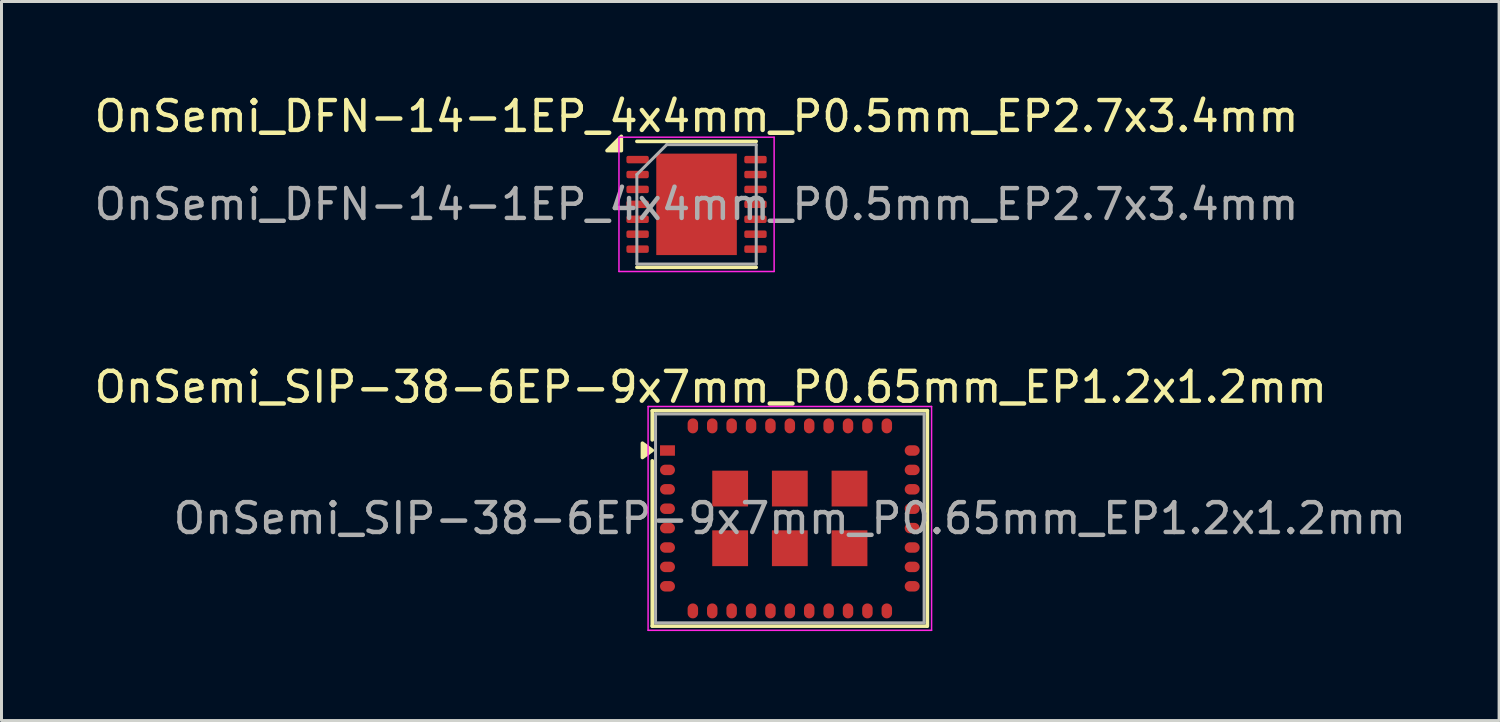
<source format=kicad_pcb>
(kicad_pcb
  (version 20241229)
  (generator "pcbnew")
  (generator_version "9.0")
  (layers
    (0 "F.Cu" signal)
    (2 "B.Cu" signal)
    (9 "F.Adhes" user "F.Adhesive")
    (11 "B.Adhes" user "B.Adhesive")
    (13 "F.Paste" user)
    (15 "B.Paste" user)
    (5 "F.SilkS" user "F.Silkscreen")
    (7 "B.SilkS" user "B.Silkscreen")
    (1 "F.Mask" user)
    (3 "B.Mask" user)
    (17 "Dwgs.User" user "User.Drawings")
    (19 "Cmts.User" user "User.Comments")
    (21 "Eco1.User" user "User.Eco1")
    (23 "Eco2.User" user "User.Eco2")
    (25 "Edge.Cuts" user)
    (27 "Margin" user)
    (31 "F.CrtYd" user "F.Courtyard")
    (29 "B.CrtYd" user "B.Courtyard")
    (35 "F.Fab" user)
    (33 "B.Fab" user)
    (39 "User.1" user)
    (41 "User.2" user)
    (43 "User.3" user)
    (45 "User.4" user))
  (footprint "OnSemi_DFN-14-1EP_4x4mm_P0.5mm_EP2.7x3.4mm"
    (layer "F.Cu")
    (at 20.292 3.798)
    (property "Reference" "OnSemi_DFN-14-1EP_4x4mm_P0.5mm_EP2.7x3.4mm" (at 0 -2.95 0) (layer "F.SilkS") (effects (font (size 1 1) (thickness 0.15))))
    (attr smd)
    (fp_line (start -2 -2.11) (end 2 -2.11) (stroke (width 0.12) (type solid)) (layer "F.SilkS"))
    (fp_line (start -2 2.11) (end 2 2.11) (stroke (width 0.12) (type solid)) (layer "F.SilkS"))
    (fp_poly (pts (xy -2.52 -1.8) (xy -3 -1.8) (xy -2.52 -2.28) (xy -2.52 -1.8)) (stroke (width 0.12) (type solid)) (fill yes) (layer "F.SilkS"))
    (fp_line (start -2.6 -2.25) (end -2.6 2.25) (stroke (width 0.05) (type solid)) (layer "F.CrtYd"))
    (fp_line (start -2.6 2.25) (end 2.6 2.25) (stroke (width 0.05) (type solid)) (layer "F.CrtYd"))
    (fp_line (start 2.6 -2.25) (end -2.6 -2.25) (stroke (width 0.05) (type solid)) (layer "F.CrtYd"))
    (fp_line (start 2.6 2.25) (end 2.6 -2.25) (stroke (width 0.05) (type solid)) (layer "F.CrtYd"))
    (fp_line (start -2 -1) (end -1 -2) (stroke (width 0.1) (type solid)) (layer "F.Fab"))
    (fp_line (start -2 2) (end -2 -1) (stroke (width 0.1) (type solid)) (layer "F.Fab"))
    (fp_line (start -1 -2) (end 2 -2) (stroke (width 0.1) (type solid)) (layer "F.Fab"))
    (fp_line (start 2 -2) (end 2 2) (stroke (width 0.1) (type solid)) (layer "F.Fab"))
    (fp_line (start 2 2) (end -2 2) (stroke (width 0.1) (type solid)) (layer "F.Fab"))
    (fp_text user "${REFERENCE}" (at 0 0 0) (layer "F.Fab") (effects (font (size 1 1) (thickness 0.15))))
    (pad "" smd roundrect (at -0.9 -1.13) (size 0.73 0.91) (layers "F.Paste") (roundrect_rratio 0.25))
    (pad "" smd roundrect (at -0.9 0) (size 0.73 0.91) (layers "F.Paste") (roundrect_rratio 0.25))
    (pad "" smd roundrect (at -0.9 1.13) (size 0.73 0.91) (layers "F.Paste") (roundrect_rratio 0.25))
    (pad "" smd roundrect (at 0 -1.13) (size 0.73 0.91) (layers "F.Paste") (roundrect_rratio 0.25))
    (pad "" smd roundrect (at 0 0) (size 0.73 0.91) (layers "F.Paste") (roundrect_rratio 0.25))
    (pad "" smd roundrect (at 0 1.13) (size 0.73 0.91) (layers "F.Paste") (roundrect_rratio 0.25))
    (pad "" smd roundrect (at 0.9 -1.13) (size 0.73 0.91) (layers "F.Paste") (roundrect_rratio 0.25))
    (pad "" smd roundrect (at 0.9 0) (size 0.73 0.91) (layers "F.Paste") (roundrect_rratio 0.25))
    (pad "" smd roundrect (at 0.9 1.13) (size 0.73 0.91) (layers "F.Paste") (roundrect_rratio 0.25))
    (pad "1" smd roundrect (at -1.975 -1.5) (size 0.75 0.25) (layers "F.Cu" "F.Mask" "F.Paste") (roundrect_rratio 0.25))
    (pad "2" smd roundrect (at -1.975 -1) (size 0.75 0.25) (layers "F.Cu" "F.Mask" "F.Paste") (roundrect_rratio 0.25))
    (pad "3" smd roundrect (at -1.975 -0.5) (size 0.75 0.25) (layers "F.Cu" "F.Mask" "F.Paste") (roundrect_rratio 0.25))
    (pad "4" smd roundrect (at -1.975 0) (size 0.75 0.25) (layers "F.Cu" "F.Mask" "F.Paste") (roundrect_rratio 0.25))
    (pad "5" smd roundrect (at -1.975 0.5) (size 0.75 0.25) (layers "F.Cu" "F.Mask" "F.Paste") (roundrect_rratio 0.25))
    (pad "6" smd roundrect (at -1.975 1) (size 0.75 0.25) (layers "F.Cu" "F.Mask" "F.Paste") (roundrect_rratio 0.25))
    (pad "7" smd roundrect (at -1.975 1.5) (size 0.75 0.25) (layers "F.Cu" "F.Mask" "F.Paste") (roundrect_rratio 0.25))
    (pad "8" smd roundrect (at 1.975 1.5) (size 0.75 0.25) (layers "F.Cu" "F.Mask" "F.Paste") (roundrect_rratio 0.25))
    (pad "9" smd roundrect (at 1.975 1) (size 0.75 0.25) (layers "F.Cu" "F.Mask" "F.Paste") (roundrect_rratio 0.25))
    (pad "10" smd roundrect (at 1.975 0.5) (size 0.75 0.25) (layers "F.Cu" "F.Mask" "F.Paste") (roundrect_rratio 0.25))
    (pad "11" smd roundrect (at 1.975 0) (size 0.75 0.25) (layers "F.Cu" "F.Mask" "F.Paste") (roundrect_rratio 0.25))
    (pad "12" smd roundrect (at 1.975 -0.5) (size 0.75 0.25) (layers "F.Cu" "F.Mask" "F.Paste") (roundrect_rratio 0.25))
    (pad "13" smd roundrect (at 1.975 -1) (size 0.75 0.25) (layers "F.Cu" "F.Mask" "F.Paste") (roundrect_rratio 0.25))
    (pad "14" smd roundrect (at 1.975 -1.5) (size 0.75 0.25) (layers "F.Cu" "F.Mask" "F.Paste") (roundrect_rratio 0.25))
    (pad "15" smd rect (at 0 0) (size 2.7 3.4) (property pad_prop_heatsink) (layers "F.Cu" "F.Mask")))
  (footprint "OnSemi_SIP-38-6EP-9x7mm_P0.65mm_EP1.2x1.2mm"
    (layer "F.Cu")
    (at 23.418 14.322)
    (property "Reference" "OnSemi_SIP-38-6EP-9x7mm_P0.65mm_EP1.2x1.2mm" (at -2.65 -4.4 180) (layer "F.SilkS") (effects (font (size 1 1) (thickness 0.15))))
    (attr smd)
    (fp_line (start -4.61 -3.61) (end 4.61 -3.61) (stroke (width 0.12) (type solid)) (layer "F.SilkS"))
    (fp_line (start -4.61 -2.63) (end -4.61 -3.6) (stroke (width 0.12) (type solid)) (layer "F.SilkS"))
    (fp_line (start -4.61 3.61) (end -4.61 -1.93) (stroke (width 0.12) (type solid)) (layer "F.SilkS"))
    (fp_line (start 4.6 3.61) (end -4.61 3.61) (stroke (width 0.12) (type solid)) (layer "F.SilkS"))
    (fp_line (start 4.61 -3.61) (end 4.61 3.61) (stroke (width 0.12) (type solid)) (layer "F.SilkS"))
    (fp_poly (pts (xy -4.61 -2.28) (xy -4.94 -2.04) (xy -4.94 -2.52) (xy -4.61 -2.28)) (stroke (width 0.12) (type solid)) (fill yes) (layer "F.SilkS"))
    (fp_line (start -4.75 -3.75) (end 4.75 -3.75) (stroke (width 0.05) (type solid)) (layer "F.CrtYd"))
    (fp_line (start -4.75 3.75) (end -4.75 -3.75) (stroke (width 0.05) (type solid)) (layer "F.CrtYd"))
    (fp_line (start 4.75 -3.75) (end 4.75 3.75) (stroke (width 0.05) (type solid)) (layer "F.CrtYd"))
    (fp_line (start 4.75 3.75) (end -4.75 3.75) (stroke (width 0.05) (type solid)) (layer "F.CrtYd"))
    (fp_line (start -4.5 -3.5) (end -4.5 3.5) (stroke (width 0.1) (type solid)) (layer "F.Fab"))
    (fp_line (start -4.5 3.5) (end 4.5 3.5) (stroke (width 0.1) (type solid)) (layer "F.Fab"))
    (fp_line (start 4.5 -3.5) (end -4.5 -3.5) (stroke (width 0.1) (type solid)) (layer "F.Fab"))
    (fp_line (start 4.5 3.5) (end 4.5 -3.5) (stroke (width 0.1) (type solid)) (layer "F.Fab"))
    (fp_text user "${REFERENCE}" (at 0 0 0) (layer "F.Fab") (effects (font (size 1 1) (thickness 0.15))))
    (pad "1" smd rect (at -4.1 -2.275) (size 0.5 0.35) (layers "F.Cu" "F.Mask" "F.Paste"))
    (pad "2" smd oval (at -4.1 -1.625) (size 0.501 0.351) (layers "F.Cu" "F.Mask" "F.Paste"))
    (pad "3" smd oval (at -4.1 -0.975) (size 0.501 0.351) (layers "F.Cu" "F.Mask" "F.Paste"))
    (pad "4" smd oval (at -4.1 -0.325) (size 0.501 0.351) (layers "F.Cu" "F.Mask" "F.Paste"))
    (pad "5" smd oval (at -4.1 0.325) (size 0.501 0.351) (layers "F.Cu" "F.Mask" "F.Paste"))
    (pad "6" smd oval (at -4.1 0.975) (size 0.501 0.351) (layers "F.Cu" "F.Mask" "F.Paste"))
    (pad "7" smd oval (at -4.1 1.625) (size 0.501 0.351) (layers "F.Cu" "F.Mask" "F.Paste"))
    (pad "8" smd oval (at -4.1 2.275) (size 0.501 0.351) (layers "F.Cu" "F.Mask" "F.Paste"))
    (pad "9" smd oval (at -3.25 3.1 90) (size 0.501 0.351) (layers "F.Cu" "F.Mask" "F.Paste"))
    (pad "10" smd oval (at -2.6 3.1 90) (size 0.501 0.351) (layers "F.Cu" "F.Mask" "F.Paste"))
    (pad "11" smd oval (at -1.95 3.1 90) (size 0.501 0.351) (layers "F.Cu" "F.Mask" "F.Paste"))
    (pad "12" smd oval (at -1.3 3.1 90) (size 0.501 0.351) (layers "F.Cu" "F.Mask" "F.Paste"))
    (pad "13" smd oval (at -0.65 3.1 90) (size 0.501 0.351) (layers "F.Cu" "F.Mask" "F.Paste"))
    (pad "14" smd oval (at 0 3.1 90) (size 0.501 0.351) (layers "F.Cu" "F.Mask" "F.Paste"))
    (pad "15" smd oval (at 0.65 3.1 90) (size 0.501 0.351) (layers "F.Cu" "F.Mask" "F.Paste"))
    (pad "16" smd oval (at 1.3 3.1 90) (size 0.501 0.351) (layers "F.Cu" "F.Mask" "F.Paste"))
    (pad "17" smd oval (at 1.95 3.1 90) (size 0.501 0.351) (layers "F.Cu" "F.Mask" "F.Paste"))
    (pad "18" smd oval (at 2.6 3.1 90) (size 0.501 0.351) (layers "F.Cu" "F.Mask" "F.Paste"))
    (pad "19" smd oval (at 3.25 3.1 90) (size 0.501 0.351) (layers "F.Cu" "F.Mask" "F.Paste"))
    (pad "20" smd oval (at 4.1 2.275) (size 0.501 0.351) (layers "F.Cu" "F.Mask" "F.Paste"))
    (pad "21" smd oval (at 4.1 1.625) (size 0.501 0.351) (layers "F.Cu" "F.Mask" "F.Paste"))
    (pad "22" smd oval (at 4.1 0.975) (size 0.501 0.351) (layers "F.Cu" "F.Mask" "F.Paste"))
    (pad "23" smd oval (at 4.1 0.325) (size 0.501 0.351) (layers "F.Cu" "F.Mask" "F.Paste"))
    (pad "24" smd oval (at 4.1 -0.325) (size 0.501 0.351) (layers "F.Cu" "F.Mask" "F.Paste"))
    (pad "25" smd oval (at 4.1 -0.975) (size 0.501 0.351) (layers "F.Cu" "F.Mask" "F.Paste"))
    (pad "26" smd oval (at 4.1 -1.625) (size 0.501 0.351) (layers "F.Cu" "F.Mask" "F.Paste"))
    (pad "27" smd oval (at 4.1 -2.275) (size 0.501 0.351) (layers "F.Cu" "F.Mask" "F.Paste"))
    (pad "28" smd oval (at 3.25 -3.1 90) (size 0.501 0.351) (layers "F.Cu" "F.Mask" "F.Paste"))
    (pad "29" smd oval (at 2.6 -3.1 90) (size 0.501 0.351) (layers "F.Cu" "F.Mask" "F.Paste"))
    (pad "30" smd oval (at 1.95 -3.1 90) (size 0.501 0.351) (layers "F.Cu" "F.Mask" "F.Paste"))
    (pad "31" smd oval (at 1.3 -3.1 90) (size 0.501 0.351) (layers "F.Cu" "F.Mask" "F.Paste"))
    (pad "32" smd oval (at 0.65 -3.1 90) (size 0.501 0.351) (layers "F.Cu" "F.Mask" "F.Paste"))
    (pad "33" smd oval (at 0 -3.1 90) (size 0.501 0.351) (layers "F.Cu" "F.Mask" "F.Paste"))
    (pad "34" smd oval (at -0.65 -3.1 90) (size 0.501 0.351) (layers "F.Cu" "F.Mask" "F.Paste"))
    (pad "35" smd oval (at -1.3 -3.1 90) (size 0.501 0.351) (layers "F.Cu" "F.Mask" "F.Paste"))
    (pad "36" smd oval (at -1.95 -3.1 90) (size 0.501 0.351) (layers "F.Cu" "F.Mask" "F.Paste"))
    (pad "37" smd oval (at -2.6 -3.1 90) (size 0.501 0.351) (layers "F.Cu" "F.Mask" "F.Paste"))
    (pad "38" smd oval (at -3.25 -3.1 90) (size 0.501 0.351) (layers "F.Cu" "F.Mask" "F.Paste"))
    (pad "39" smd rect (at -2 -1) (size 1.2 1.2) (layers "F.Cu" "F.Mask" "F.Paste"))
    (pad "40" smd rect (at -2 1) (size 1.2 1.2) (layers "F.Cu" "F.Mask" "F.Paste"))
    (pad "41" smd rect (at 0 1) (size 1.2 1.2) (layers "F.Cu" "F.Mask" "F.Paste"))
    (pad "42" smd rect (at 2 1) (size 1.2 1.2) (layers "F.Cu" "F.Mask" "F.Paste"))
    (pad "43" smd rect (at 2 -1) (size 1.2 1.2) (layers "F.Cu" "F.Mask" "F.Paste"))
    (pad "44" smd rect (at 0 -1) (size 1.2 1.2) (layers "F.Cu" "F.Mask" "F.Paste")))
  (gr_rect
    (start -3 -3)
    (end 47.186 21.096)
    (stroke (width 0.1) (type default))
    (fill no)
    (layer "Edge.Cuts")))
</source>
